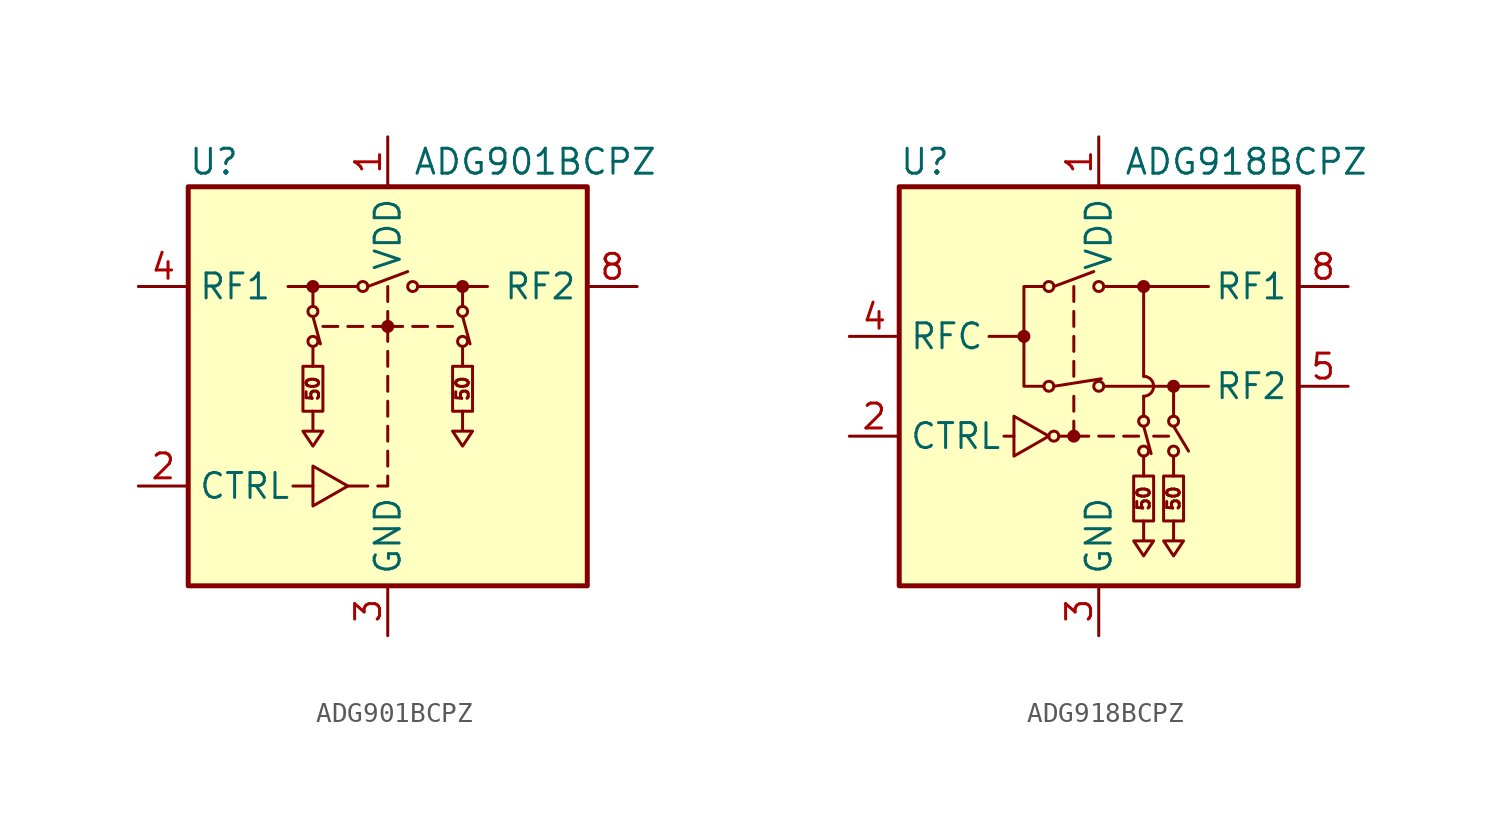
<source format=kicad_sym>
(kicad_symbol_lib
  (version 20231120)
  (generator "kicad_symbol_editor")
  (generator_version "8.0")
  (symbol "ADG901BCPZ"
    (property "Reference" "U"
      (at -10.16 11.43 0)
      (effects (font (size 1.27 1.27)) (justify left)))
    (property "Value" "ADG901BCPZ"
      (at 1.27 11.43 0)
      (effects (font (size 1.27 1.27)) (justify left)))
    (symbol "ADG901BCPZ_0_0"
      (rectangle (start -10.16 10.16) (end 10.16 -10.16) (stroke (width 0.254) (type default)) (fill (type background)))
      (polyline (pts (xy -4.826 -5.08) (xy -3.81 -5.08)) (stroke (width 0) (type default)) (fill (type none)))
      (polyline (pts (xy -2.54 3.048) (xy -3.302 3.048)) (stroke (width 0) (type default)) (fill (type none)))
      (polyline (pts (xy -2.032 3.048) (xy -1.27 3.048)) (stroke (width 0) (type default)) (fill (type none)))
      (polyline (pts (xy -1.016 -5.08) (xy -2.032 -5.08)) (stroke (width 0) (type default)) (fill (type none)))
      (polyline (pts (xy 0 -3.302) (xy 0 -4.064)) (stroke (width 0) (type default)) (fill (type none)))
      (polyline (pts (xy 0 -2.032) (xy 0 -2.794)) (stroke (width 0) (type default)) (fill (type none)))
      (polyline (pts (xy 0 -0.762) (xy 0 -1.524)) (stroke (width 0) (type default)) (fill (type none)))
      (polyline (pts (xy 0 0.508) (xy 0 -0.254)) (stroke (width 0) (type default)) (fill (type none)))
      (polyline (pts (xy 0 1.778) (xy 0 1.016)) (stroke (width 0) (type default)) (fill (type none)))
      (polyline (pts (xy 0 3.048) (xy -0.762 3.048)) (stroke (width 0) (type default)) (fill (type none)))
      (polyline (pts (xy 0 3.048) (xy 0 2.286)) (stroke (width 0) (type default)) (fill (type none)))
      (polyline (pts (xy 0 3.048) (xy 0 3.81)) (stroke (width 0) (type default)) (fill (type none)))
      (polyline (pts (xy 0 3.048) (xy 0.762 3.048)) (stroke (width 0) (type default)) (fill (type none)))
      (polyline (pts (xy 0 4.318) (xy 0 5.08)) (stroke (width 0) (type default)) (fill (type none)))
      (polyline (pts (xy 1.27 3.048) (xy 2.032 3.048)) (stroke (width 0) (type default)) (fill (type none)))
      (polyline (pts (xy 2.54 3.048) (xy 3.302 3.048)) (stroke (width 0) (type default)) (fill (type none)))
      (polyline (pts (xy 0 -4.572) (xy 0 -5.08) (xy -0.508 -5.08)) (stroke (width 0) (type default)) (fill (type none)))
      (polyline (pts (xy -3.81 -4.064) (xy -3.81 -6.096) (xy -2.032 -5.08) (xy -3.81 -4.064)) (stroke (width 0) (type default)) (fill (type none)))
      (circle (center 0 3.048) (radius 0.254) (stroke (width 0) (type default)) (fill (type outline)))
      (text "50" (at -3.81 -0.127 900) (effects (font (size 0.635 0.635))))
      (text "50" (at 3.81 -0.127 900) (effects (font (size 0.635 0.635)))))
    (symbol "ADG901BCPZ_0_1"
      (rectangle (start -4.318 1.016) (end -3.302 -1.27) (stroke (width 0) (type default)) (fill (type none)))
      (circle (center -3.81 2.286) (radius 0.254) (stroke (width 0) (type default)) (fill (type none)))
      (circle (center -3.81 3.81) (radius 0.254) (stroke (width 0) (type default)) (fill (type none)))
      (circle (center -3.81 5.08) (radius 0.254) (stroke (width 0) (type default)) (fill (type outline)))
      (circle (center -1.27 5.08) (radius 0.254) (stroke (width 0) (type default)) (fill (type none)))
      (polyline (pts (xy -5.08 5.08) (xy -1.524 5.08)) (stroke (width 0) (type default)) (fill (type none)))
      (polyline (pts (xy -3.81 2.032) (xy -3.81 1.016)) (stroke (width 0) (type default)) (fill (type none)))
      (polyline (pts (xy -3.81 3.556) (xy -3.429 2.159)) (stroke (width 0) (type default)) (fill (type none)))
      (polyline (pts (xy -3.81 5.08) (xy -3.81 4.064)) (stroke (width 0) (type default)) (fill (type none)))
      (polyline (pts (xy -1.016 5.08) (xy 1.016 5.842)) (stroke (width 0) (type default)) (fill (type none)))
      (polyline (pts (xy 1.524 5.08) (xy 5.08 5.08)) (stroke (width 0) (type default)) (fill (type none)))
      (polyline (pts (xy 3.81 2.032) (xy 3.81 1.016)) (stroke (width 0) (type default)) (fill (type none)))
      (polyline (pts (xy 3.81 3.556) (xy 4.191 2.159)) (stroke (width 0) (type default)) (fill (type none)))
      (polyline (pts (xy 3.81 5.08) (xy 3.81 4.064)) (stroke (width 0) (type default)) (fill (type none)))
      (polyline (pts (xy -3.81 -1.27) (xy -3.81 -2.286) (xy -4.318 -2.286) (xy -3.81 -3.048) (xy -3.302 -2.286) (xy -3.81 -2.286)) (stroke (width 0) (type default)) (fill (type none)))
      (polyline (pts (xy 3.81 -1.27) (xy 3.81 -2.286) (xy 3.302 -2.286) (xy 3.81 -3.048) (xy 4.318 -2.286) (xy 3.81 -2.286)) (stroke (width 0) (type default)) (fill (type none)))
      (circle (center 1.27 5.08) (radius 0.254) (stroke (width 0) (type default)) (fill (type none)))
      (rectangle (start 3.302 1.016) (end 4.318 -1.27) (stroke (width 0) (type default)) (fill (type none)))
      (circle (center 3.81 2.286) (radius 0.254) (stroke (width 0) (type default)) (fill (type none)))
      (circle (center 3.81 3.81) (radius 0.254) (stroke (width 0) (type default)) (fill (type none)))
      (circle (center 3.81 5.08) (radius 0.254) (stroke (width 0) (type default)) (fill (type outline))))
    (symbol "ADG901BCPZ_1_1"
      (pin power_in line (at 0 12.7 270) (length 2.54) (name "VDD" (effects (font (size 1.27 1.27)))) (number "1" (effects (font (size 1.27 1.27)))))
      (pin input line (at -12.7 -5.08 0) (length 2.54) (name "CTRL" (effects (font (size 1.27 1.27)))) (number "2" (effects (font (size 1.27 1.27)))))
      (pin power_in line (at 0 -12.7 90) (length 2.54) (name "GND" (effects (font (size 1.27 1.27)))) (number "3" (effects (font (size 1.27 1.27)))))
      (pin passive line (at -12.7 5.08 0) (length 2.54) (name "RF1" (effects (font (size 1.27 1.27)))) (number "4" (effects (font (size 1.27 1.27)))))
      (pin passive line (at 0 -12.7 90) (length 2.54) hide (name "GND" (effects (font (size 1.27 1.27)))) (number "5" (effects (font (size 1.27 1.27)))))
      (pin passive line (at 0 -12.7 90) (length 2.54) hide (name "GND" (effects (font (size 1.27 1.27)))) (number "6" (effects (font (size 1.27 1.27)))))
      (pin passive line (at 0 -12.7 90) (length 2.54) hide (name "GND" (effects (font (size 1.27 1.27)))) (number "7" (effects (font (size 1.27 1.27)))))
      (pin passive line (at 12.7 5.08 180) (length 2.54) (name "RF2" (effects (font (size 1.27 1.27)))) (number "8" (effects (font (size 1.27 1.27)))))
      (pin passive line (at 0 -12.7 90) (length 2.54) hide (name "GND" (effects (font (size 1.27 1.27)))) (number "9" (effects (font (size 1.27 1.27)))))))
  (symbol "ADG918BCPZ"
    (property "Reference" "U"
      (at -10.16 11.43 0)
      (effects (font (size 1.27 1.27)) (justify left)))
    (property "Value" "ADG918BCPZ"
      (at 1.27 11.43 0)
      (effects (font (size 1.27 1.27)) (justify left)))
    (symbol "ADG918BCPZ_0_0"
      (rectangle (start -10.16 10.16) (end 10.16 -10.16) (stroke (width 0.254) (type default)) (fill (type background)))
      (circle (center -3.81 2.54) (radius 0.254) (stroke (width 0) (type default)) (fill (type outline)))
      (circle (center -2.286 -2.54) (radius 0.254) (stroke (width 0) (type default)) (fill (type none)))
      (circle (center -1.27 -2.54) (radius 0.254) (stroke (width 0) (type default)) (fill (type outline)))
      (polyline (pts (xy -4.318 -2.54) (xy -4.826 -2.54)) (stroke (width 0) (type default)) (fill (type none)))
      (polyline (pts (xy -3.81 2.54) (xy -5.588 2.54)) (stroke (width 0) (type default)) (fill (type none)))
      (polyline (pts (xy -1.27 -2.54) (xy -1.27 -1.778)) (stroke (width 0) (type default)) (fill (type none)))
      (polyline (pts (xy -1.27 -1.27) (xy -1.27 -0.508)) (stroke (width 0) (type default)) (fill (type none)))
      (polyline (pts (xy -1.27 1.27) (xy -1.27 0.508)) (stroke (width 0) (type default)) (fill (type none)))
      (polyline (pts (xy -1.27 2.54) (xy -1.27 1.778)) (stroke (width 0) (type default)) (fill (type none)))
      (polyline (pts (xy -1.27 3.81) (xy -1.27 3.048)) (stroke (width 0) (type default)) (fill (type none)))
      (polyline (pts (xy -1.27 5.08) (xy -1.27 4.318)) (stroke (width 0) (type default)) (fill (type none)))
      (polyline (pts (xy -0.508 -2.54) (xy -2.032 -2.54)) (stroke (width 0) (type default)) (fill (type none)))
      (polyline (pts (xy 0 -2.54) (xy 0.762 -2.54)) (stroke (width 0) (type default)) (fill (type none)))
      (polyline (pts (xy 0.254 0) (xy 5.588 0)) (stroke (width 0) (type default)) (fill (type none)))
      (polyline (pts (xy 0.254 5.08) (xy 5.588 5.08)) (stroke (width 0) (type default)) (fill (type none)))
      (polyline (pts (xy 2.032 -2.54) (xy 1.27 -2.54)) (stroke (width 0) (type default)) (fill (type none)))
      (polyline (pts (xy 2.286 0.508) (xy 2.286 5.08)) (stroke (width 0) (type default)) (fill (type none)))
      (polyline (pts (xy 3.556 -2.54) (xy 2.794 -2.54)) (stroke (width 0) (type default)) (fill (type none)))
      (polyline (pts (xy -4.318 -1.524) (xy -4.318 -3.556) (xy -2.54 -2.54) (xy -4.318 -1.524)) (stroke (width 0) (type default)) (fill (type none)))
      (polyline (pts (xy -2.794 0) (xy -3.81 0) (xy -3.81 5.08) (xy -2.794 5.08)) (stroke (width 0) (type default)) (fill (type none)))
      (arc (start 2.286 -0.508) (mid 2.7918 0) (end 2.286 0.508) (stroke (width 0) (type default)) (fill (type none)))
      (text "50" (at 2.286 -5.715 900) (effects (font (size 0.635 0.635))))
      (text "50" (at 3.81 -5.715 900) (effects (font (size 0.635 0.635)))))
    (symbol "ADG918BCPZ_0_1"
      (circle (center -2.54 0) (radius 0.254) (stroke (width 0) (type default)) (fill (type none)))
      (circle (center -2.54 5.08) (radius 0.254) (stroke (width 0) (type default)) (fill (type none)))
      (polyline (pts (xy -2.286 0) (xy 0.127 0.381)) (stroke (width 0) (type default)) (fill (type none)))
      (polyline (pts (xy -2.286 5.08) (xy -0.254 5.842)) (stroke (width 0) (type default)) (fill (type none)))
      (polyline (pts (xy 2.286 -3.556) (xy 2.286 -4.572)) (stroke (width 0) (type default)) (fill (type none)))
      (polyline (pts (xy 2.286 -2.032) (xy 2.667 -3.429)) (stroke (width 0) (type default)) (fill (type none)))
      (polyline (pts (xy 2.286 -0.508) (xy 2.286 -1.524)) (stroke (width 0) (type default)) (fill (type none)))
      (polyline (pts (xy 3.81 -3.556) (xy 3.81 -4.572)) (stroke (width 0) (type default)) (fill (type none)))
      (polyline (pts (xy 3.81 -2.032) (xy 4.572 -3.302)) (stroke (width 0) (type default)) (fill (type none)))
      (polyline (pts (xy 3.81 0) (xy 3.81 -1.524)) (stroke (width 0) (type default)) (fill (type none)))
      (polyline (pts (xy 2.286 -6.858) (xy 2.286 -7.874) (xy 1.778 -7.874) (xy 2.286 -8.636) (xy 2.794 -7.874) (xy 2.286 -7.874)) (stroke (width 0) (type default)) (fill (type none)))
      (polyline (pts (xy 3.81 -6.858) (xy 3.81 -7.874) (xy 3.302 -7.874) (xy 3.81 -8.636) (xy 4.318 -7.874) (xy 3.81 -7.874)) (stroke (width 0) (type default)) (fill (type none)))
      (circle (center 0 0) (radius 0.254) (stroke (width 0) (type default)) (fill (type none)))
      (circle (center 0 5.08) (radius 0.254) (stroke (width 0) (type default)) (fill (type none)))
      (rectangle (start 1.778 -4.572) (end 2.794 -6.858) (stroke (width 0) (type default)) (fill (type none)))
      (circle (center 2.286 -3.302) (radius 0.254) (stroke (width 0) (type default)) (fill (type none)))
      (circle (center 2.286 -1.778) (radius 0.254) (stroke (width 0) (type default)) (fill (type none)))
      (circle (center 2.286 5.08) (radius 0.254) (stroke (width 0) (type default)) (fill (type outline)))
      (rectangle (start 3.302 -4.572) (end 4.318 -6.858) (stroke (width 0) (type default)) (fill (type none)))
      (circle (center 3.81 -3.302) (radius 0.254) (stroke (width 0) (type default)) (fill (type none)))
      (circle (center 3.81 -1.778) (radius 0.254) (stroke (width 0) (type default)) (fill (type none)))
      (circle (center 3.81 0) (radius 0.254) (stroke (width 0) (type default)) (fill (type outline))))
    (symbol "ADG918BCPZ_1_1"
      (pin power_in line (at 0 12.7 270) (length 2.54) (name "VDD" (effects (font (size 1.27 1.27)))) (number "1" (effects (font (size 1.27 1.27)))))
      (pin input line (at -12.7 -2.54 0) (length 2.54) (name "CTRL" (effects (font (size 1.27 1.27)))) (number "2" (effects (font (size 1.27 1.27)))))
      (pin power_in line (at 0 -12.7 90) (length 2.54) (name "GND" (effects (font (size 1.27 1.27)))) (number "3" (effects (font (size 1.27 1.27)))))
      (pin passive line (at -12.7 2.54 0) (length 2.54) (name "RFC" (effects (font (size 1.27 1.27)))) (number "4" (effects (font (size 1.27 1.27)))))
      (pin passive line (at 12.7 0 180) (length 2.54) (name "RF2" (effects (font (size 1.27 1.27)))) (number "5" (effects (font (size 1.27 1.27)))))
      (pin passive line (at 0 -12.7 90) (length 2.54) hide (name "GND" (effects (font (size 1.27 1.27)))) (number "6" (effects (font (size 1.27 1.27)))))
      (pin passive line (at 0 -12.7 90) (length 2.54) hide (name "GND" (effects (font (size 1.27 1.27)))) (number "7" (effects (font (size 1.27 1.27)))))
      (pin passive line (at 12.7 5.08 180) (length 2.54) (name "RF1" (effects (font (size 1.27 1.27)))) (number "8" (effects (font (size 1.27 1.27)))))
      (pin passive line (at 0 -12.7 90) (length 2.54) hide (name "GND" (effects (font (size 1.27 1.27)))) (number "9" (effects (font (size 1.27 1.27))))))))
</source>
